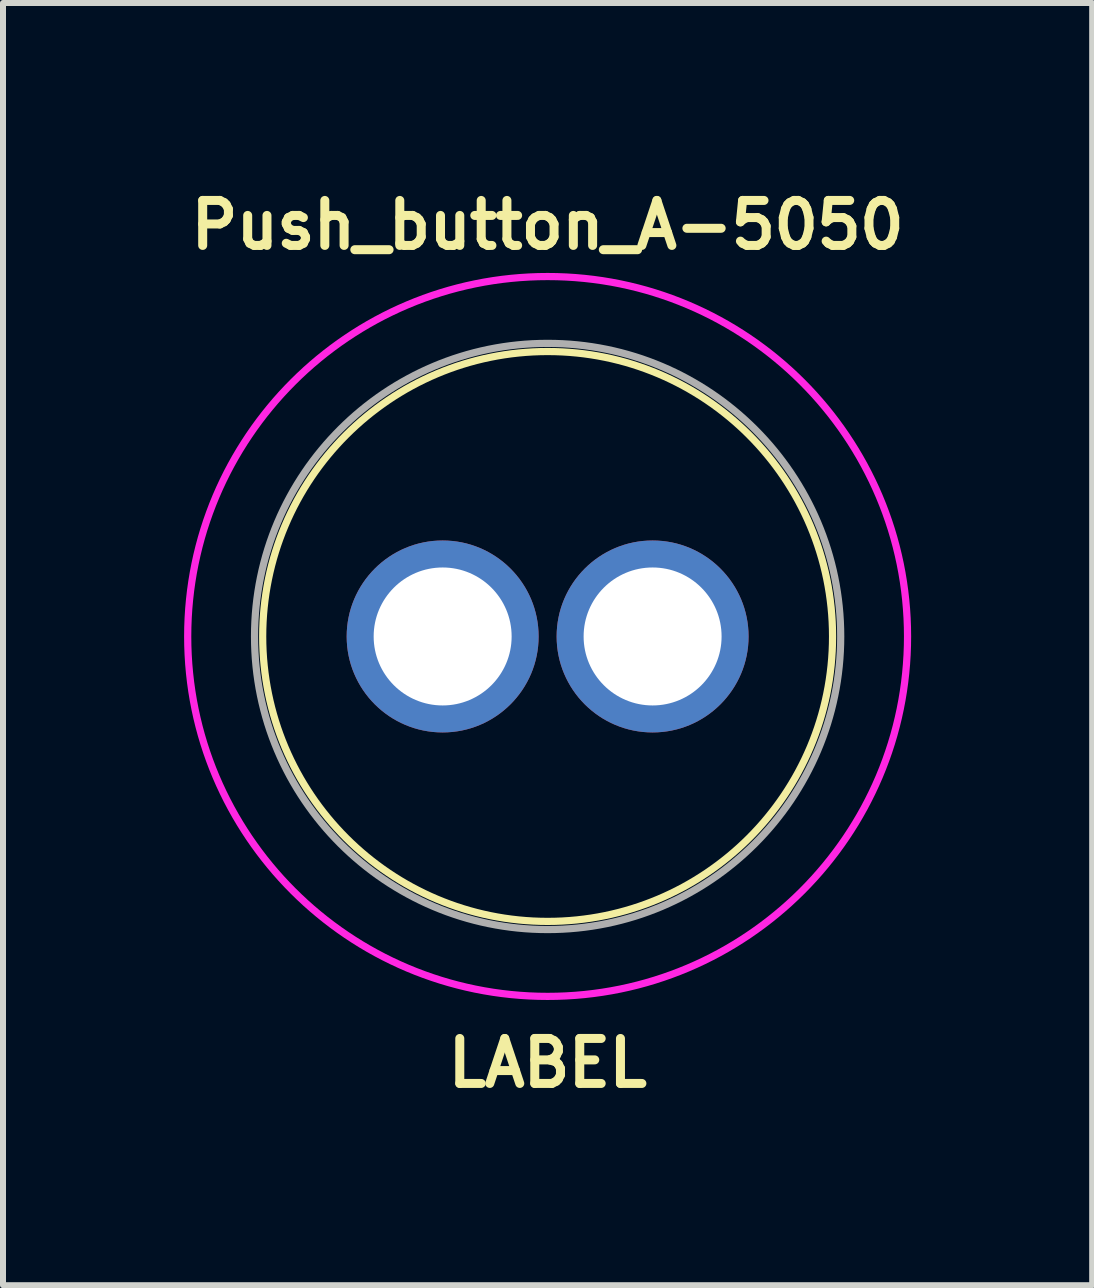
<source format=kicad_pcb>
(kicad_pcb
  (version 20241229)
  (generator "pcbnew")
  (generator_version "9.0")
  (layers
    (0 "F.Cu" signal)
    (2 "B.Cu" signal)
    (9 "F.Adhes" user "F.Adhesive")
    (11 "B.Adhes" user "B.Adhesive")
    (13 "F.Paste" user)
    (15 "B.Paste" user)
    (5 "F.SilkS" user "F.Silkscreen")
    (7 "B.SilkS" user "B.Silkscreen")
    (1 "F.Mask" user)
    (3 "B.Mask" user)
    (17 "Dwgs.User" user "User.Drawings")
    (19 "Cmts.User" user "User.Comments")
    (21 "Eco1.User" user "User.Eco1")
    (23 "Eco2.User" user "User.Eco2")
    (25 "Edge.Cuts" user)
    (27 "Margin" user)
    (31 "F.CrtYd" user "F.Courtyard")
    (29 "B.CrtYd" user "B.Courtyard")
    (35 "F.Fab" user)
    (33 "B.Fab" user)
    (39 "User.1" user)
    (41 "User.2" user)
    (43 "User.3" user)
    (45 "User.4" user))
  (footprint "Push_button_A-5050"
    (layer "F.Cu")
    (at 6.079 7.56)
    (property "Reference" "Push_button_A-5050" (at 0 -6.858 0) (layer "F.SilkS") (effects (font (size 0.75 0.75) (thickness 0.15))))
    (attr through_hole)
    (fp_circle (center 0 0) (end 4.75 0) (stroke (width 0.12) (type solid)) (fill no) (layer "F.SilkS"))
    (fp_circle (center 0 0) (end 6 0) (stroke (width 0.12) (type solid)) (fill no) (layer "F.CrtYd"))
    (fp_circle (center 0 0) (end 4.318 -2.286) (stroke (width 0.12) (type solid)) (fill no) (layer "F.Fab"))
    (fp_text user "LABEL" (at 0 7.112 0) (layer "F.SilkS") (effects (font (size 0.75 0.75) (thickness 0.15))))
    (pad "1" thru_hole circle (at -1.75 0) (size 3.2 3.2) (drill 2.3) (layers "*.Cu" "*.Mask"))
    (pad "2" thru_hole circle (at 1.75 0) (size 3.2 3.2) (drill 2.3) (layers "*.Cu" "*.Mask")))
  (gr_rect
    (start -3 -3)
    (end 15.157 18.374)
    (stroke (width 0.1) (type default))
    (fill no)
    (layer "Edge.Cuts")))
</source>
